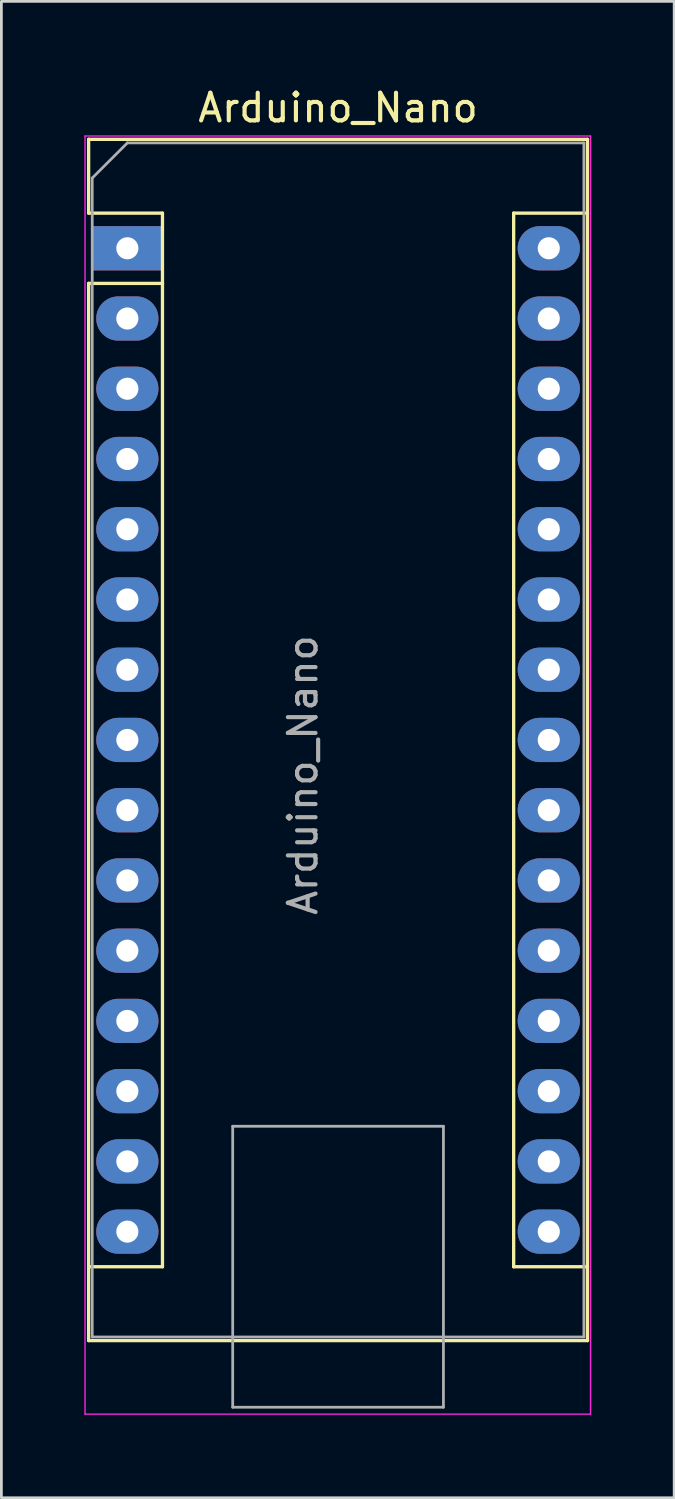
<source format=kicad_pcb>
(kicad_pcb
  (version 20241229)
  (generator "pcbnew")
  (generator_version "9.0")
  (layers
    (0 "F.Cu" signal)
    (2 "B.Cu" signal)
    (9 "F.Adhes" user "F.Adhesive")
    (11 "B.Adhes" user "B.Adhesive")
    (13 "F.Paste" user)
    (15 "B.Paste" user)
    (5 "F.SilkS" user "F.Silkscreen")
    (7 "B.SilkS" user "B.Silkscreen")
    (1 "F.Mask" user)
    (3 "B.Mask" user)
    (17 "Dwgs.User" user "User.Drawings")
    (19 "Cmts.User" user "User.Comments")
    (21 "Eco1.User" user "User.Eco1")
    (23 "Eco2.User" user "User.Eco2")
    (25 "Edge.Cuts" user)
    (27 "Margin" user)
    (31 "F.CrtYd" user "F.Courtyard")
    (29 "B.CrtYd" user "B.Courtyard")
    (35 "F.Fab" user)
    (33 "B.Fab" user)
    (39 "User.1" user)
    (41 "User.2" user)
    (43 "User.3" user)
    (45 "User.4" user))
  (footprint "Arduino_Nano"
    (layer "F.Cu")
    (at 1.555 5.928)
    (property "Reference" "Arduino_Nano" (at 7.62 -5.08 0) (layer "F.SilkS") (effects (font (size 1 1) (thickness 0.15))))
    (attr through_hole)
    (fp_line (start -1.4 -3.94) (end -1.4 -1.27) (stroke (width 0.12) (type solid)) (layer "F.SilkS"))
    (fp_line (start -1.4 1.27) (end -1.4 39.5) (stroke (width 0.12) (type solid)) (layer "F.SilkS"))
    (fp_line (start -1.4 39.5) (end 16.64 39.5) (stroke (width 0.12) (type solid)) (layer "F.SilkS"))
    (fp_line (start 1.27 -1.27) (end -1.4 -1.27) (stroke (width 0.12) (type solid)) (layer "F.SilkS"))
    (fp_line (start 1.27 1.27) (end -1.4 1.27) (stroke (width 0.12) (type solid)) (layer "F.SilkS"))
    (fp_line (start 1.27 1.27) (end 1.27 -1.27) (stroke (width 0.12) (type solid)) (layer "F.SilkS"))
    (fp_line (start 1.27 1.27) (end 1.27 36.83) (stroke (width 0.12) (type solid)) (layer "F.SilkS"))
    (fp_line (start 1.27 36.83) (end -1.4 36.83) (stroke (width 0.12) (type solid)) (layer "F.SilkS"))
    (fp_line (start 13.97 -1.27) (end 13.97 36.83) (stroke (width 0.12) (type solid)) (layer "F.SilkS"))
    (fp_line (start 13.97 -1.27) (end 16.64 -1.27) (stroke (width 0.12) (type solid)) (layer "F.SilkS"))
    (fp_line (start 13.97 36.83) (end 16.64 36.83) (stroke (width 0.12) (type solid)) (layer "F.SilkS"))
    (fp_line (start 16.64 -3.94) (end -1.4 -3.94) (stroke (width 0.12) (type solid)) (layer "F.SilkS"))
    (fp_line (start 16.64 39.5) (end 16.64 -3.94) (stroke (width 0.12) (type solid)) (layer "F.SilkS"))
    (fp_line (start -1.53 -4.06) (end -1.53 42.16) (stroke (width 0.05) (type solid)) (layer "F.CrtYd"))
    (fp_line (start -1.53 -4.06) (end 16.75 -4.06) (stroke (width 0.05) (type solid)) (layer "F.CrtYd"))
    (fp_line (start 16.75 42.16) (end -1.53 42.16) (stroke (width 0.05) (type solid)) (layer "F.CrtYd"))
    (fp_line (start 16.75 42.16) (end 16.75 -4.06) (stroke (width 0.05) (type solid)) (layer "F.CrtYd"))
    (fp_line (start -1.27 -2.54) (end 0 -3.81) (stroke (width 0.1) (type solid)) (layer "F.Fab"))
    (fp_line (start -1.27 39.37) (end -1.27 -2.54) (stroke (width 0.1) (type solid)) (layer "F.Fab"))
    (fp_line (start 0 -3.81) (end 16.51 -3.81) (stroke (width 0.1) (type solid)) (layer "F.Fab"))
    (fp_line (start 3.81 31.75) (end 11.43 31.75) (stroke (width 0.1) (type solid)) (layer "F.Fab"))
    (fp_line (start 3.81 41.91) (end 3.81 31.75) (stroke (width 0.1) (type solid)) (layer "F.Fab"))
    (fp_line (start 11.43 31.75) (end 11.43 41.91) (stroke (width 0.1) (type solid)) (layer "F.Fab"))
    (fp_line (start 11.43 41.91) (end 3.81 41.91) (stroke (width 0.1) (type solid)) (layer "F.Fab"))
    (fp_line (start 16.51 -3.81) (end 16.51 39.37) (stroke (width 0.1) (type solid)) (layer "F.Fab"))
    (fp_line (start 16.51 39.37) (end -1.27 39.37) (stroke (width 0.1) (type solid)) (layer "F.Fab"))
    (fp_text user "${REFERENCE}" (at 6.35 19.05 90) (layer "F.Fab") (effects (font (size 1 1) (thickness 0.15))))
    (pad "1" thru_hole rect (at 0 0) (size 2.5 1.6) (drill 0.8) (layers "*.Cu" "*.Mask"))
    (pad "2" thru_hole oval (at 0 2.54) (size 2.25 1.6) (drill 0.8) (layers "*.Cu" "*.Mask"))
    (pad "3" thru_hole oval (at 0 5.08) (size 2.25 1.6) (drill 0.8) (layers "*.Cu" "*.Mask"))
    (pad "4" thru_hole oval (at 0 7.62) (size 2.25 1.6) (drill 0.8) (layers "*.Cu" "*.Mask"))
    (pad "5" thru_hole oval (at 0 10.16) (size 2.25 1.6) (drill 0.8) (layers "*.Cu" "*.Mask"))
    (pad "6" thru_hole oval (at 0 12.7) (size 2.25 1.6) (drill 0.8) (layers "*.Cu" "*.Mask"))
    (pad "7" thru_hole oval (at 0 15.24) (size 2.25 1.6) (drill 0.8) (layers "*.Cu" "*.Mask"))
    (pad "8" thru_hole oval (at 0 17.78) (size 2.25 1.6) (drill 0.8) (layers "*.Cu" "*.Mask"))
    (pad "9" thru_hole oval (at 0 20.32) (size 2.25 1.6) (drill 0.8) (layers "*.Cu" "*.Mask"))
    (pad "10" thru_hole oval (at 0 22.86) (size 2.25 1.6) (drill 0.8) (layers "*.Cu" "*.Mask"))
    (pad "11" thru_hole oval (at 0 25.4) (size 2.25 1.6) (drill 0.8) (layers "*.Cu" "*.Mask"))
    (pad "12" thru_hole oval (at 0 27.94) (size 2.25 1.6) (drill 0.8) (layers "*.Cu" "*.Mask"))
    (pad "13" thru_hole oval (at 0 30.48) (size 2.25 1.6) (drill 0.8) (layers "*.Cu" "*.Mask"))
    (pad "14" thru_hole oval (at 0 33.02) (size 2.25 1.6) (drill 0.8) (layers "*.Cu" "*.Mask"))
    (pad "15" thru_hole oval (at 0 35.56) (size 2.25 1.6) (drill 0.8) (layers "*.Cu" "*.Mask"))
    (pad "16" thru_hole oval (at 15.24 35.56) (size 2.25 1.6) (drill 0.8) (layers "*.Cu" "*.Mask"))
    (pad "17" thru_hole oval (at 15.24 33.02) (size 2.25 1.6) (drill 0.8) (layers "*.Cu" "*.Mask"))
    (pad "18" thru_hole oval (at 15.24 30.48) (size 2.25 1.6) (drill 0.8) (layers "*.Cu" "*.Mask"))
    (pad "19" thru_hole oval (at 15.24 27.94) (size 2.25 1.6) (drill 0.8) (layers "*.Cu" "*.Mask"))
    (pad "20" thru_hole oval (at 15.24 25.4) (size 2.25 1.6) (drill 0.8) (layers "*.Cu" "*.Mask"))
    (pad "21" thru_hole oval (at 15.24 22.86) (size 2.25 1.6) (drill 0.8) (layers "*.Cu" "*.Mask"))
    (pad "22" thru_hole oval (at 15.24 20.32) (size 2.25 1.6) (drill 0.8) (layers "*.Cu" "*.Mask"))
    (pad "23" thru_hole oval (at 15.24 17.78) (size 2.25 1.6) (drill 0.8) (layers "*.Cu" "*.Mask"))
    (pad "24" thru_hole oval (at 15.24 15.24) (size 2.25 1.6) (drill 0.8) (layers "*.Cu" "*.Mask"))
    (pad "25" thru_hole oval (at 15.24 12.7) (size 2.25 1.6) (drill 0.8) (layers "*.Cu" "*.Mask"))
    (pad "26" thru_hole oval (at 15.24 10.16) (size 2.25 1.6) (drill 0.8) (layers "*.Cu" "*.Mask"))
    (pad "27" thru_hole oval (at 15.24 7.62) (size 2.25 1.6) (drill 0.8) (layers "*.Cu" "*.Mask"))
    (pad "28" thru_hole oval (at 15.24 5.08) (size 2.25 1.6) (drill 0.8) (layers "*.Cu" "*.Mask"))
    (pad "29" thru_hole oval (at 15.24 2.54) (size 2.25 1.6) (drill 0.8) (layers "*.Cu" "*.Mask"))
    (pad "30" thru_hole oval (at 15.24 0) (size 2.25 1.6) (drill 0.8) (layers "*.Cu" "*.Mask")))
  (gr_rect
    (start -3 -3)
    (end 21.33 51.113)
    (stroke (width 0.1) (type default))
    (fill no)
    (layer "Edge.Cuts")))
</source>
